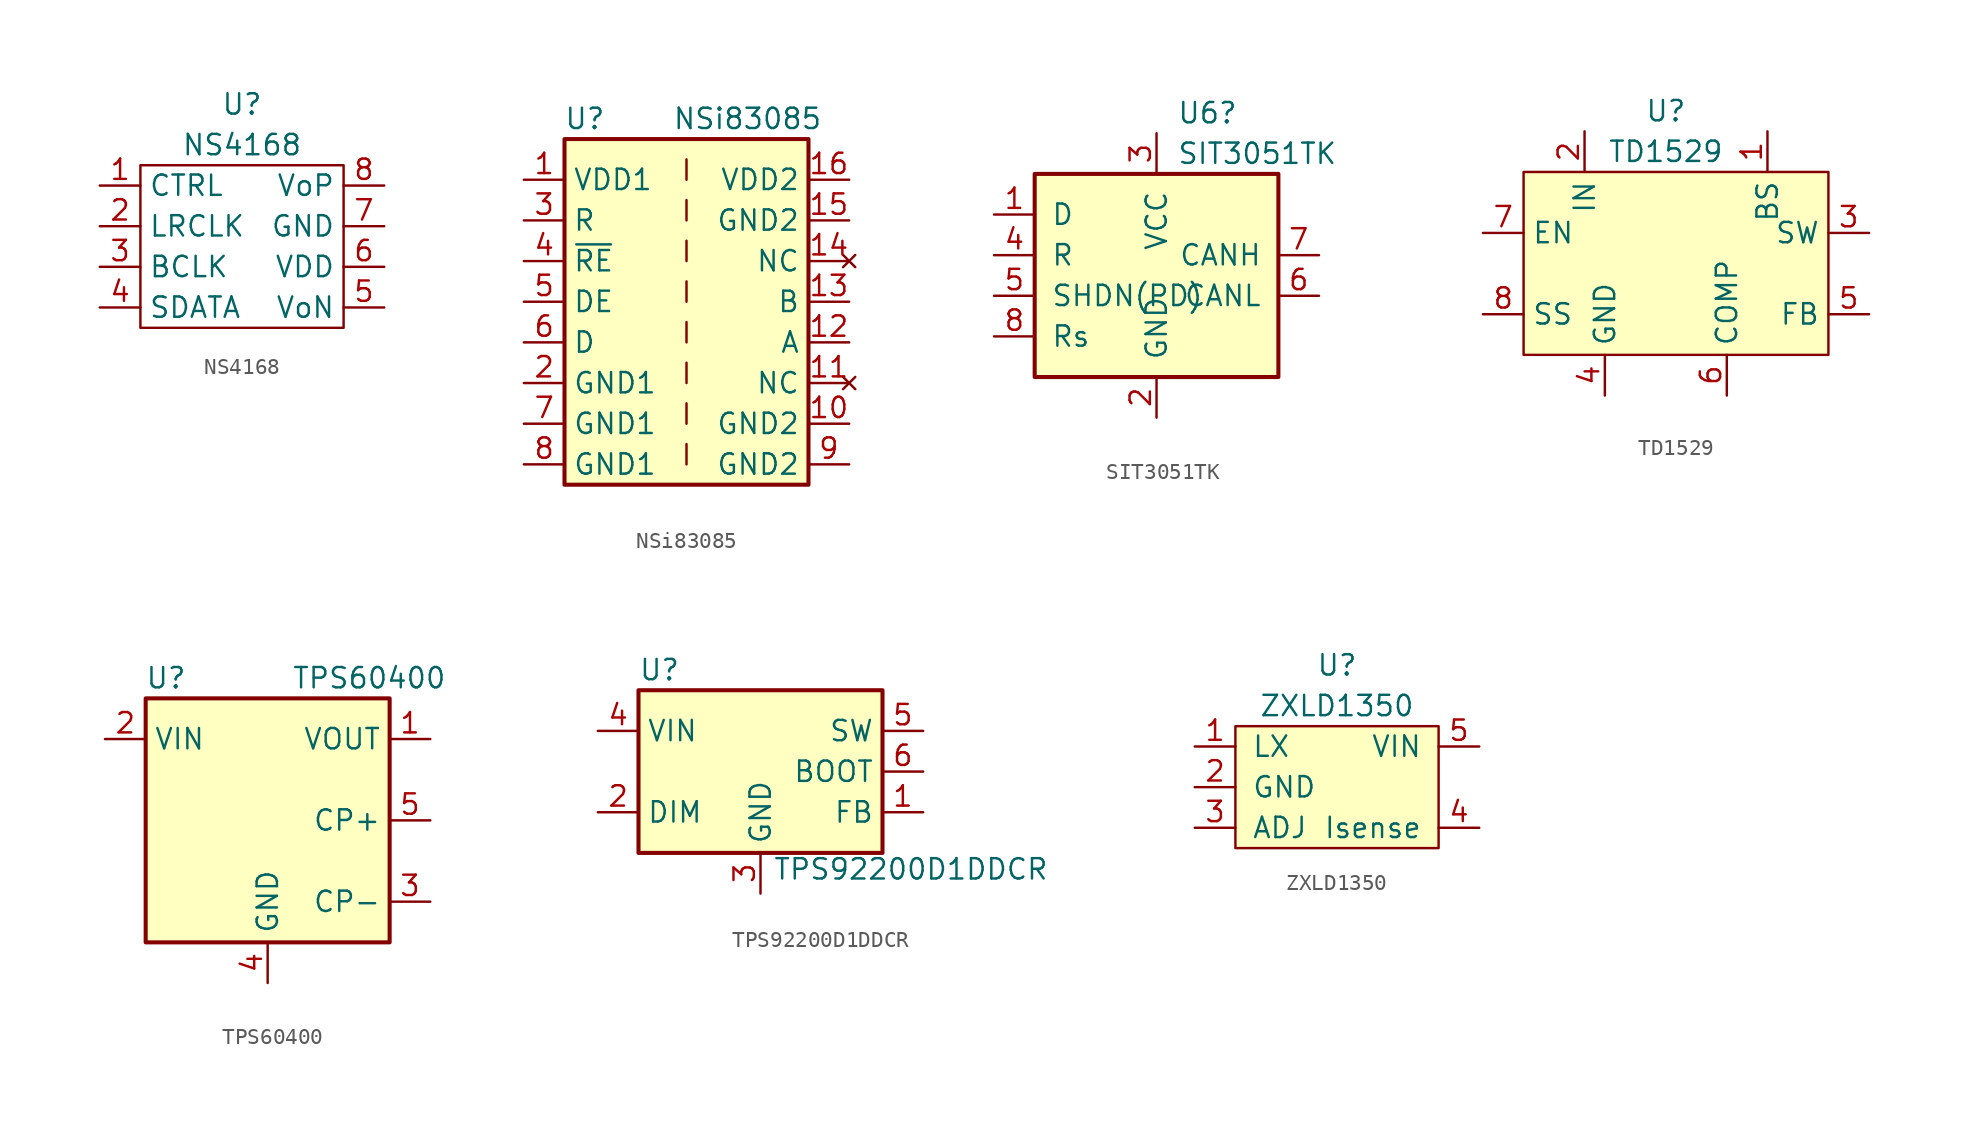
<source format=kicad_sym>
(kicad_symbol_lib
  (version 20241209)
  (generator "kicad_symbol_editor")
  (generator_version "9.0")
  (symbol "NS4168"
    (property "Reference" "U"
      (at 0 8.89 0)
      (effects (font (size 1.27 1.27))))
    (property "Value" "NS4168"
      (at 0 6.35 0)
      (effects (font (size 1.27 1.27))))
    (symbol "NS4168_0_1"
      (rectangle (start -6.35 5.08) (end 6.35 -5.08) (stroke (width 0) (type default)) (fill (type none))))
    (symbol "NS4168_1_1"
      (pin input line (at -8.89 3.81 0) (length 2.54) (name "CTRL" (effects (font (size 1.27 1.27)))) (number "1" (effects (font (size 1.27 1.27)))))
      (pin input line (at -8.89 1.27 0) (length 2.54) (name "LRCLK" (effects (font (size 1.27 1.27)))) (number "2" (effects (font (size 1.27 1.27)))))
      (pin input line (at -8.89 -1.27 0) (length 2.54) (name "BCLK" (effects (font (size 1.27 1.27)))) (number "3" (effects (font (size 1.27 1.27)))))
      (pin input line (at -8.89 -3.81 0) (length 2.54) (name "SDATA" (effects (font (size 1.27 1.27)))) (number "4" (effects (font (size 1.27 1.27)))))
      (pin output line (at 8.89 3.81 180) (length 2.54) (name "VoP" (effects (font (size 1.27 1.27)))) (number "8" (effects (font (size 1.27 1.27)))))
      (pin power_in line (at 8.89 1.27 180) (length 2.54) (name "GND" (effects (font (size 1.27 1.27)))) (number "7" (effects (font (size 1.27 1.27)))))
      (pin power_in line (at 8.89 -1.27 180) (length 2.54) (name "VDD" (effects (font (size 1.27 1.27)))) (number "6" (effects (font (size 1.27 1.27)))))
      (pin output line (at 8.89 -3.81 180) (length 2.54) (name "VoN" (effects (font (size 1.27 1.27)))) (number "5" (effects (font (size 1.27 1.27)))))))
  (symbol "NSi83085"
    (property "Reference" "U"
      (at -6.35 12.7 0)
      (effects (font (size 1.27 1.27))))
    (property "Value" "NSi83085"
      (at 3.81 12.7 0)
      (effects (font (size 1.27 1.27))))
    (symbol "NSi83085_0_1"
      (rectangle (start -7.62 11.43) (end 7.62 -10.16) (stroke (width 0.254) (type default)) (fill (type background)))
      (polyline (pts (xy 0 8.89) (xy 0 10.16)) (stroke (width 0) (type default)) (fill (type none)))
      (polyline (pts (xy 0 7.62) (xy 0 6.35)) (stroke (width 0) (type default)) (fill (type none)))
      (polyline (pts (xy 0 5.08) (xy 0 3.81)) (stroke (width 0) (type default)) (fill (type none)))
      (polyline (pts (xy 0 2.54) (xy 0 1.27)) (stroke (width 0) (type default)) (fill (type none)))
      (polyline (pts (xy 0 0) (xy 0 -1.27)) (stroke (width 0) (type default)) (fill (type none)))
      (polyline (pts (xy 0 -2.54) (xy 0 -3.81)) (stroke (width 0) (type default)) (fill (type none)))
      (polyline (pts (xy 0 -5.08) (xy 0 -6.35)) (stroke (width 0) (type default)) (fill (type none)))
      (polyline (pts (xy 0 -7.62) (xy 0 -8.89)) (stroke (width 0) (type default)) (fill (type none))))
    (symbol "NSi83085_1_1"
      (pin power_in line (at -10.16 8.89 0) (length 2.54) (name "VDD1" (effects (font (size 1.27 1.27)))) (number "1" (effects (font (size 1.27 1.27)))))
      (pin output line (at -10.16 6.35 0) (length 2.54) (name "R" (effects (font (size 1.27 1.27)))) (number "3" (effects (font (size 1.27 1.27)))))
      (pin input line (at -10.16 3.81 0) (length 2.54) (name "~{RE}" (effects (font (size 1.27 1.27)))) (number "4" (effects (font (size 1.27 1.27)))))
      (pin input line (at -10.16 1.27 0) (length 2.54) (name "DE" (effects (font (size 1.27 1.27)))) (number "5" (effects (font (size 1.27 1.27)))))
      (pin input line (at -10.16 -1.27 0) (length 2.54) (name "D" (effects (font (size 1.27 1.27)))) (number "6" (effects (font (size 1.27 1.27)))))
      (pin power_in line (at -10.16 -3.81 0) (length 2.54) (name "GND1" (effects (font (size 1.27 1.27)))) (number "2" (effects (font (size 1.27 1.27)))))
      (pin power_in line (at -10.16 -6.35 0) (length 2.54) (name "GND1" (effects (font (size 1.27 1.27)))) (number "7" (effects (font (size 1.27 1.27)))))
      (pin power_in line (at -10.16 -8.89 0) (length 2.54) (name "GND1" (effects (font (size 1.27 1.27)))) (number "8" (effects (font (size 1.27 1.27)))))
      (pin power_in line (at 10.16 8.89 180) (length 2.54) (name "VDD2" (effects (font (size 1.27 1.27)))) (number "16" (effects (font (size 1.27 1.27)))))
      (pin power_in line (at 10.16 6.35 180) (length 2.54) (name "GND2" (effects (font (size 1.27 1.27)))) (number "15" (effects (font (size 1.27 1.27)))))
      (pin no_connect line (at 10.16 3.81 180) (length 2.54) (name "NC" (effects (font (size 1.27 1.27)))) (number "14" (effects (font (size 1.27 1.27)))))
      (pin bidirectional line (at 10.16 1.27 180) (length 2.54) (name "B" (effects (font (size 1.27 1.27)))) (number "13" (effects (font (size 1.27 1.27)))))
      (pin bidirectional line (at 10.16 -1.27 180) (length 2.54) (name "A" (effects (font (size 1.27 1.27)))) (number "12" (effects (font (size 1.27 1.27)))))
      (pin no_connect line (at 10.16 -3.81 180) (length 2.54) (name "NC" (effects (font (size 1.27 1.27)))) (number "11" (effects (font (size 1.27 1.27)))))
      (pin power_in line (at 10.16 -6.35 180) (length 2.54) (name "GND2" (effects (font (size 1.27 1.27)))) (number "10" (effects (font (size 1.27 1.27)))))
      (pin power_in line (at 10.16 -8.89 180) (length 2.54) (name "GND2" (effects (font (size 1.27 1.27)))) (number "9" (effects (font (size 1.27 1.27)))))))
  (symbol "SIT3051TK"
    (pin_names
      (offset 1.016))
    (property "Reference" "U6"
      (at 1.27 8.89 0)
      (effects (font (size 1.27 1.27)) (justify left)))
    (property "Value" "SIT3051TK"
      (at 1.27 6.35 0)
      (effects (font (size 1.27 1.27)) (justify left)))
    (symbol "SIT3051TK_0_1"
      (rectangle (start -7.62 5.08) (end 7.62 -7.62) (stroke (width 0.254) (type default)) (fill (type background))))
    (symbol "SIT3051TK_1_1"
      (pin input line (at -10.16 2.54 0) (length 2.54) (name "D" (effects (font (size 1.27 1.27)))) (number "1" (effects (font (size 1.27 1.27)))))
      (pin output line (at -10.16 0 0) (length 2.54) (name "R" (effects (font (size 1.27 1.27)))) (number "4" (effects (font (size 1.27 1.27)))))
      (pin input line (at -10.16 -2.54 0) (length 2.54) (name "SHDN(PD)" (effects (font (size 1.27 1.27)))) (number "5" (effects (font (size 1.27 1.27)))))
      (pin input line (at -10.16 -5.08 0) (length 2.54) (name "Rs" (effects (font (size 1.27 1.27)))) (number "8" (effects (font (size 1.27 1.27)))))
      (pin power_in line (at 0 7.62 270) (length 2.54) (name "VCC" (effects (font (size 1.27 1.27)))) (number "3" (effects (font (size 1.27 1.27)))))
      (pin power_in line (at 0 -10.16 90) (length 2.54) (name "GND" (effects (font (size 1.27 1.27)))) (number "2" (effects (font (size 1.27 1.27)))))
      (pin power_in line (at 0 -10.16 90) (length 2.54) (hide yes) (name "PAD" (effects (font (size 1.27 1.27)))) (number "9" (effects (font (size 1.27 1.27)))))
      (pin bidirectional line (at 10.16 0 180) (length 2.54) (name "CANH" (effects (font (size 1.27 1.27)))) (number "7" (effects (font (size 1.27 1.27)))))
      (pin bidirectional line (at 10.16 -2.54 180) (length 2.54) (name "CANL" (effects (font (size 1.27 1.27)))) (number "6" (effects (font (size 1.27 1.27)))))))
  (symbol "TD1529"
    (property "Reference" "U"
      (at 0 10.16 0)
      (effects (font (size 1.27 1.27))))
    (property "Value" "TD1529"
      (at 0 7.62 0)
      (effects (font (size 1.27 1.27))))
    (symbol "TD1529_0_1"
      (rectangle (start -8.89 6.35) (end 10.16 -5.08) (stroke (width 0) (type default)) (fill (type background))))
    (symbol "TD1529_1_1"
      (pin input line (at -11.43 2.54 0) (length 2.54) (name "EN" (effects (font (size 1.27 1.27)))) (number "7" (effects (font (size 1.27 1.27)))))
      (pin input line (at -11.43 -2.54 0) (length 2.54) (name "SS" (effects (font (size 1.27 1.27)))) (number "8" (effects (font (size 1.27 1.27)))))
      (pin power_in line (at -5.08 8.89 270) (length 2.54) (name "IN" (effects (font (size 1.27 1.27)))) (number "2" (effects (font (size 1.27 1.27)))))
      (pin power_in line (at -3.81 -7.62 90) (length 2.54) (name "GND" (effects (font (size 1.27 1.27)))) (number "4" (effects (font (size 1.27 1.27)))))
      (pin input line (at 3.81 -7.62 90) (length 2.54) (name "COMP" (effects (font (size 1.27 1.27)))) (number "6" (effects (font (size 1.27 1.27)))))
      (pin power_out line (at 6.35 8.89 270) (length 2.54) (name "BS" (effects (font (size 1.27 1.27)))) (number "1" (effects (font (size 1.27 1.27)))))
      (pin output line (at 12.7 2.54 180) (length 2.54) (name "SW" (effects (font (size 1.27 1.27)))) (number "3" (effects (font (size 1.27 1.27)))))
      (pin input line (at 12.7 -2.54 180) (length 2.54) (name "FB" (effects (font (size 1.27 1.27)))) (number "5" (effects (font (size 1.27 1.27)))))))
  (symbol "TPS60400"
    (property "Reference" "U"
      (at -6.35 8.89 0)
      (effects (font (size 1.27 1.27))))
    (property "Value" "TPS60400"
      (at 6.35 8.89 0)
      (effects (font (size 1.27 1.27))))
    (symbol "TPS60400_0_1"
      (rectangle (start -7.62 7.62) (end 7.62 -7.62) (stroke (width 0.254) (type default)) (fill (type background))))
    (symbol "TPS60400_1_1"
      (pin power_in line (at -10.16 5.08 0) (length 2.54) (name "VIN" (effects (font (size 1.27 1.27)))) (number "2" (effects (font (size 1.27 1.27)))))
      (pin power_in line (at 0 -10.16 90) (length 2.54) (name "GND" (effects (font (size 1.27 1.27)))) (number "4" (effects (font (size 1.27 1.27)))))
      (pin power_out line (at 10.16 5.08 180) (length 2.54) (name "VOUT" (effects (font (size 1.27 1.27)))) (number "1" (effects (font (size 1.27 1.27)))))
      (pin passive line (at 10.16 0 180) (length 2.54) (name "CP+" (effects (font (size 1.27 1.27)))) (number "5" (effects (font (size 1.27 1.27)))))
      (pin passive line (at 10.16 -5.08 180) (length 2.54) (name "CP-" (effects (font (size 1.27 1.27)))) (number "3" (effects (font (size 1.27 1.27)))))))
  (symbol "TPS92200D1DDCR"
    (property "Reference" "U"
      (at -7.62 6.35 0)
      (effects (font (size 1.27 1.27)) (justify left)))
    (property "Value" "TPS92200D1DDCR"
      (at 9.398 -6.096 0)
      (effects (font (size 1.27 1.27))))
    (symbol "TPS92200D1DDCR_0_1"
      (rectangle (start -7.62 5.08) (end 7.62 -5.08) (stroke (width 0.254) (type default)) (fill (type background))))
    (symbol "TPS92200D1DDCR_1_1"
      (pin power_in line (at -10.16 2.54 0) (length 2.54) (name "VIN" (effects (font (size 1.27 1.27)))) (number "4" (effects (font (size 1.27 1.27)))))
      (pin passive line (at -10.16 -2.54 0) (length 2.54) (name "DIM" (effects (font (size 1.27 1.27)))) (number "2" (effects (font (size 1.27 1.27)))))
      (pin power_in line (at 0 -7.62 90) (length 2.54) (name "GND" (effects (font (size 1.27 1.27)))) (number "3" (effects (font (size 1.27 1.27)))))
      (pin output line (at 10.16 2.54 180) (length 2.54) (name "SW" (effects (font (size 1.27 1.27)))) (number "5" (effects (font (size 1.27 1.27)))))
      (pin passive line (at 10.16 0 180) (length 2.54) (name "BOOT" (effects (font (size 1.27 1.27)))) (number "6" (effects (font (size 1.27 1.27)))))
      (pin input line (at 10.16 -2.54 180) (length 2.54) (name "FB" (effects (font (size 1.27 1.27)))) (number "1" (effects (font (size 1.27 1.27)))))))
  (symbol "ZXLD1350"
    (pin_names
      (offset 1.016))
    (property "Reference" "U"
      (at 0 7.62 0)
      (effects (font (size 1.27 1.27))))
    (property "Value" "ZXLD1350"
      (at 0 5.08 0)
      (effects (font (size 1.27 1.27))))
    (symbol "ZXLD1350_0_1"
      (rectangle (start -6.35 3.81) (end 6.35 -3.81) (stroke (width 0) (type default)) (fill (type background))))
    (symbol "ZXLD1350_1_1"
      (pin output line (at -8.89 2.54 0) (length 2.54) (name "LX" (effects (font (size 1.27 1.27)))) (number "1" (effects (font (size 1.27 1.27)))))
      (pin power_in line (at -8.89 0 0) (length 2.54) (name "GND" (effects (font (size 1.27 1.27)))) (number "2" (effects (font (size 1.27 1.27)))))
      (pin input line (at -8.89 -2.54 0) (length 2.54) (name "ADJ" (effects (font (size 1.27 1.27)))) (number "3" (effects (font (size 1.27 1.27)))))
      (pin power_in line (at 8.89 2.54 180) (length 2.54) (name "VIN" (effects (font (size 1.27 1.27)))) (number "5" (effects (font (size 1.27 1.27)))))
      (pin input line (at 8.89 -2.54 180) (length 2.54) (name "Isense" (effects (font (size 1.27 1.27)))) (number "4" (effects (font (size 1.27 1.27))))))))
</source>
